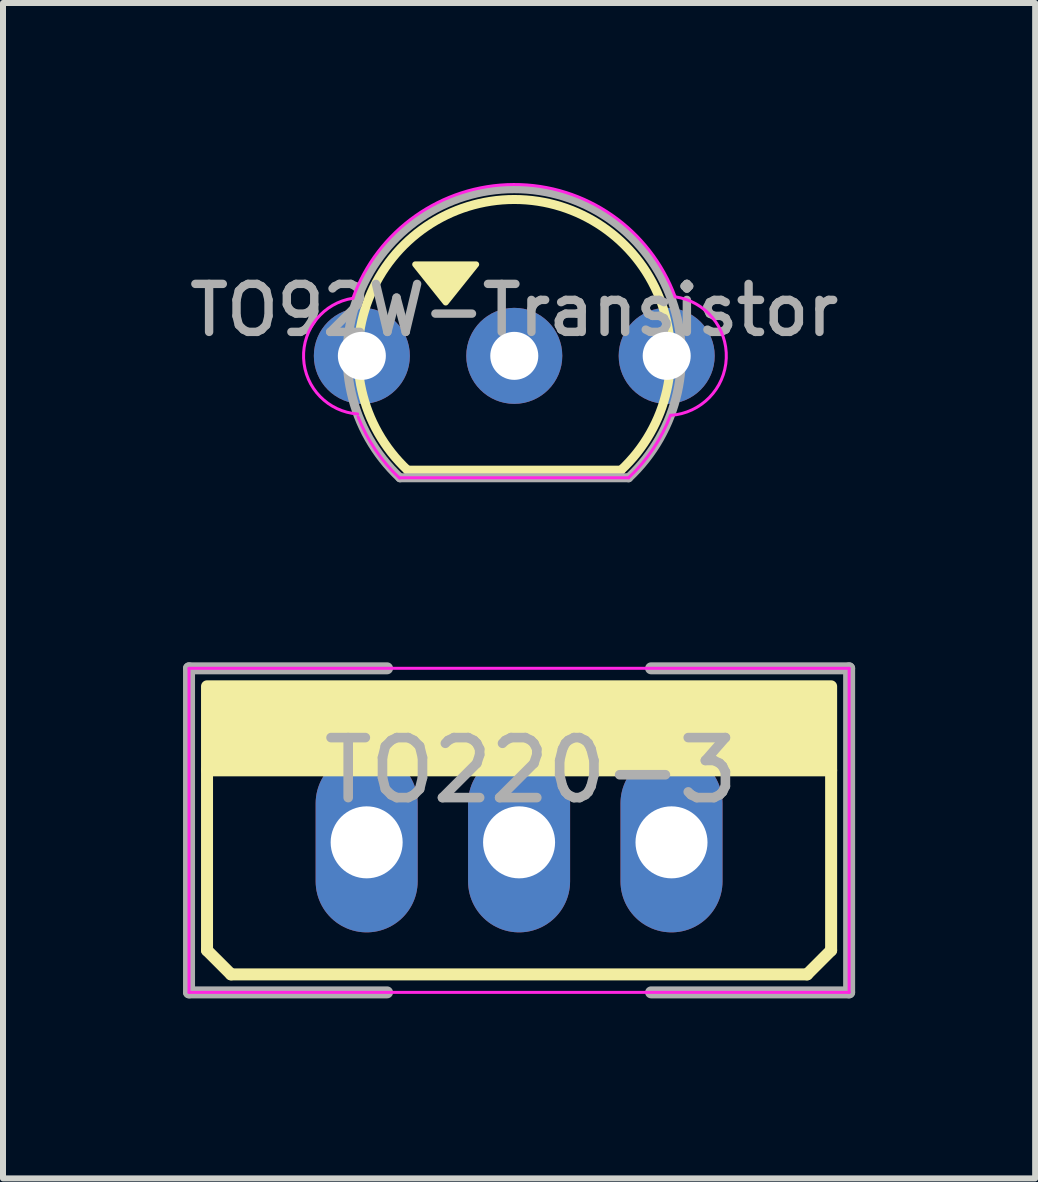
<source format=kicad_pcb>
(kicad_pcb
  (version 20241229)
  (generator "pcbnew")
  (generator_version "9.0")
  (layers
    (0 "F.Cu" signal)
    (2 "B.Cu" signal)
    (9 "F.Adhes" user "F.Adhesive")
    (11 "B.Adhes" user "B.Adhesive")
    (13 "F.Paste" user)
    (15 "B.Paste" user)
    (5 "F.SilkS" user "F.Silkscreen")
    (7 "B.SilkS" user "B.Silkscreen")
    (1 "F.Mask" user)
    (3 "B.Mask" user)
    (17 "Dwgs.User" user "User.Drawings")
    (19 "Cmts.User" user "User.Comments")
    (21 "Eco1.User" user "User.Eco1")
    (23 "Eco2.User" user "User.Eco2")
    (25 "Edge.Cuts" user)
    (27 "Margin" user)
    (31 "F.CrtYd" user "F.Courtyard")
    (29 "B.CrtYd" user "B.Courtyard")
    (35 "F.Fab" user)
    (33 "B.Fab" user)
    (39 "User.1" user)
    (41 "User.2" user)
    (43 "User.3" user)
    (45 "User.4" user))
  (footprint "TO220-3"
    (layer "F.Cu")
    (at 5.6 10.987)
    (property "Reference" "TO220-3" (at 0.2 -1.2 0) (layer "F.Fab") (effects (font (size 1 1) (thickness 0.16))))
    (attr through_hole)
    (fp_line (start -5.2 -1.2) (end -5.2 1.8) (stroke (width 0.2) (type solid)) (layer "F.SilkS"))
    (fp_line (start -5.2 1.8) (end -4.8 2.2) (stroke (width 0.2) (type solid)) (layer "F.SilkS"))
    (fp_line (start -4.8 2.2) (end 4.8 2.2) (stroke (width 0.2) (type solid)) (layer "F.SilkS"))
    (fp_line (start 4.8 2.2) (end 5.2 1.8) (stroke (width 0.2) (type solid)) (layer "F.SilkS"))
    (fp_line (start 5.2 1.8) (end 5.2 -1.2) (stroke (width 0.2) (type solid)) (layer "F.SilkS"))
    (fp_poly (pts (xy 5.2 -1.2) (xy -5.2 -1.2) (xy -5.2 -2.6) (xy 5.2 -2.6)) (stroke (width 0.2) (type solid)) (fill yes) (layer "F.SilkS"))
    (fp_line (start -5.5 -2.9) (end -5.5 2.5) (stroke (width 0.05) (type solid)) (layer "F.CrtYd"))
    (fp_line (start -5.5 -2.9) (end 5.5 -2.9) (stroke (width 0.05) (type solid)) (layer "F.CrtYd"))
    (fp_line (start -5.5 2.5) (end 5.5 2.5) (stroke (width 0.05) (type solid)) (layer "F.CrtYd"))
    (fp_line (start 5.5 -2.9) (end 5.5 2.5) (stroke (width 0.05) (type solid)) (layer "F.CrtYd"))
    (fp_line (start -5.5 -2.9) (end -5.5 2.5) (stroke (width 0.2) (type solid)) (layer "F.Fab"))
    (fp_line (start -5.5 -2.9) (end -2.2 -2.9) (stroke (width 0.2) (type solid)) (layer "F.Fab"))
    (fp_line (start -5.5 2.5) (end -2.2 2.5) (stroke (width 0.2) (type solid)) (layer "F.Fab"))
    (fp_line (start 2.2 -2.9) (end 5.5 -2.9) (stroke (width 0.2) (type solid)) (layer "F.Fab"))
    (fp_line (start 2.2 2.5) (end 5.5 2.5) (stroke (width 0.2) (type solid)) (layer "F.Fab"))
    (fp_line (start 5.5 -2.9) (end 5.5 2.5) (stroke (width 0.2) (type solid)) (layer "F.Fab"))
    (pad "1" thru_hole oval (at -2.54 0) (size 1.7 3) (drill 1.2) (layers "*.Cu" "*.Mask"))
    (pad "2" thru_hole oval (at 0 0) (size 1.7 3) (drill 1.2) (layers "*.Cu" "*.Mask"))
    (pad "3" thru_hole oval (at 2.54 0) (size 1.7 3) (drill 1.2) (layers "*.Cu" "*.Mask")))
  (footprint "TO92W-Transistor"
    (layer "F.Cu")
    (at 5.52 2.88)
    (property "Reference" "TO92W-Transistor" (at 0 -0.762 0) (layer "F.Fab") (effects (font (size 0.8 0.8) (thickness 0.14))))
    (attr through_hole)
    (fp_line (start 1.778 1.905) (end -1.778 1.905) (stroke (width 0.15) (type solid)) (layer "F.SilkS"))
    (fp_arc (start -1.779657 1.903452) (mid 0.001134 -2.605822) (end 1.778 1.905) (stroke (width 0.15) (type solid)) (layer "F.SilkS"))
    (fp_poly (pts (xy -1.143 -0.889) (xy -1.651 -1.524) (xy -0.635 -1.524)) (stroke (width 0.1) (type solid)) (fill yes) (layer "F.SilkS"))
    (fp_line (start -1.905 2.032) (end 1.905 2.032) (stroke (width 0.05) (type solid)) (layer "F.CrtYd"))
    (fp_arc (start -2.68898 -0.960163) (mid -0.012444 -2.855236) (end 2.680509 -0.983565) (stroke (width 0.05) (type solid)) (layer "F.CrtYd"))
    (fp_arc (start -2.609011 0.968991) (mid -3.51061 0.040278) (end -2.689058 -0.959942) (stroke (width 0.05) (type solid)) (layer "F.CrtYd"))
    (fp_arc (start -1.912481 2.037861) (mid -2.315074 1.565532) (end -2.603499 1.015999) (stroke (width 0.05) (type solid)) (layer "F.CrtYd"))
    (fp_arc (start 2.602971 0.991252) (mid 2.313274 1.551387) (end 1.904999 2.031999) (stroke (width 0.05) (type solid)) (layer "F.CrtYd"))
    (fp_arc (start 2.681247 -0.983461) (mid 3.532771 0.039406) (end 2.602852 0.991562) (stroke (width 0.05) (type solid)) (layer "F.CrtYd"))
    (fp_line (start -1.905 2.032) (end 1.905 2.032) (stroke (width 0.15) (type solid)) (layer "F.Fab"))
    (fp_arc (start -1.90483 2.032158) (mid -0.000116 -2.785326) (end 1.904999 2.031999) (stroke (width 0.15) (type solid)) (layer "F.Fab"))
    (pad "1" thru_hole circle (at 0 0) (size 1.6 1.6) (drill 0.8) (layers "*.Cu" "*.Mask"))
    (pad "2" thru_hole circle (at 2.54 0) (size 1.6 1.6) (drill 0.8) (layers "*.Cu" "*.Mask"))
    (pad "3" thru_hole circle (at -2.54 0) (size 1.6 1.6) (drill 0.8) (layers "*.Cu" "*.Mask")))
  (gr_rect
    (start -3 -3)
    (end 14.2 16.587)
    (stroke (width 0.1) (type default))
    (fill no)
    (layer "Edge.Cuts")))
</source>
